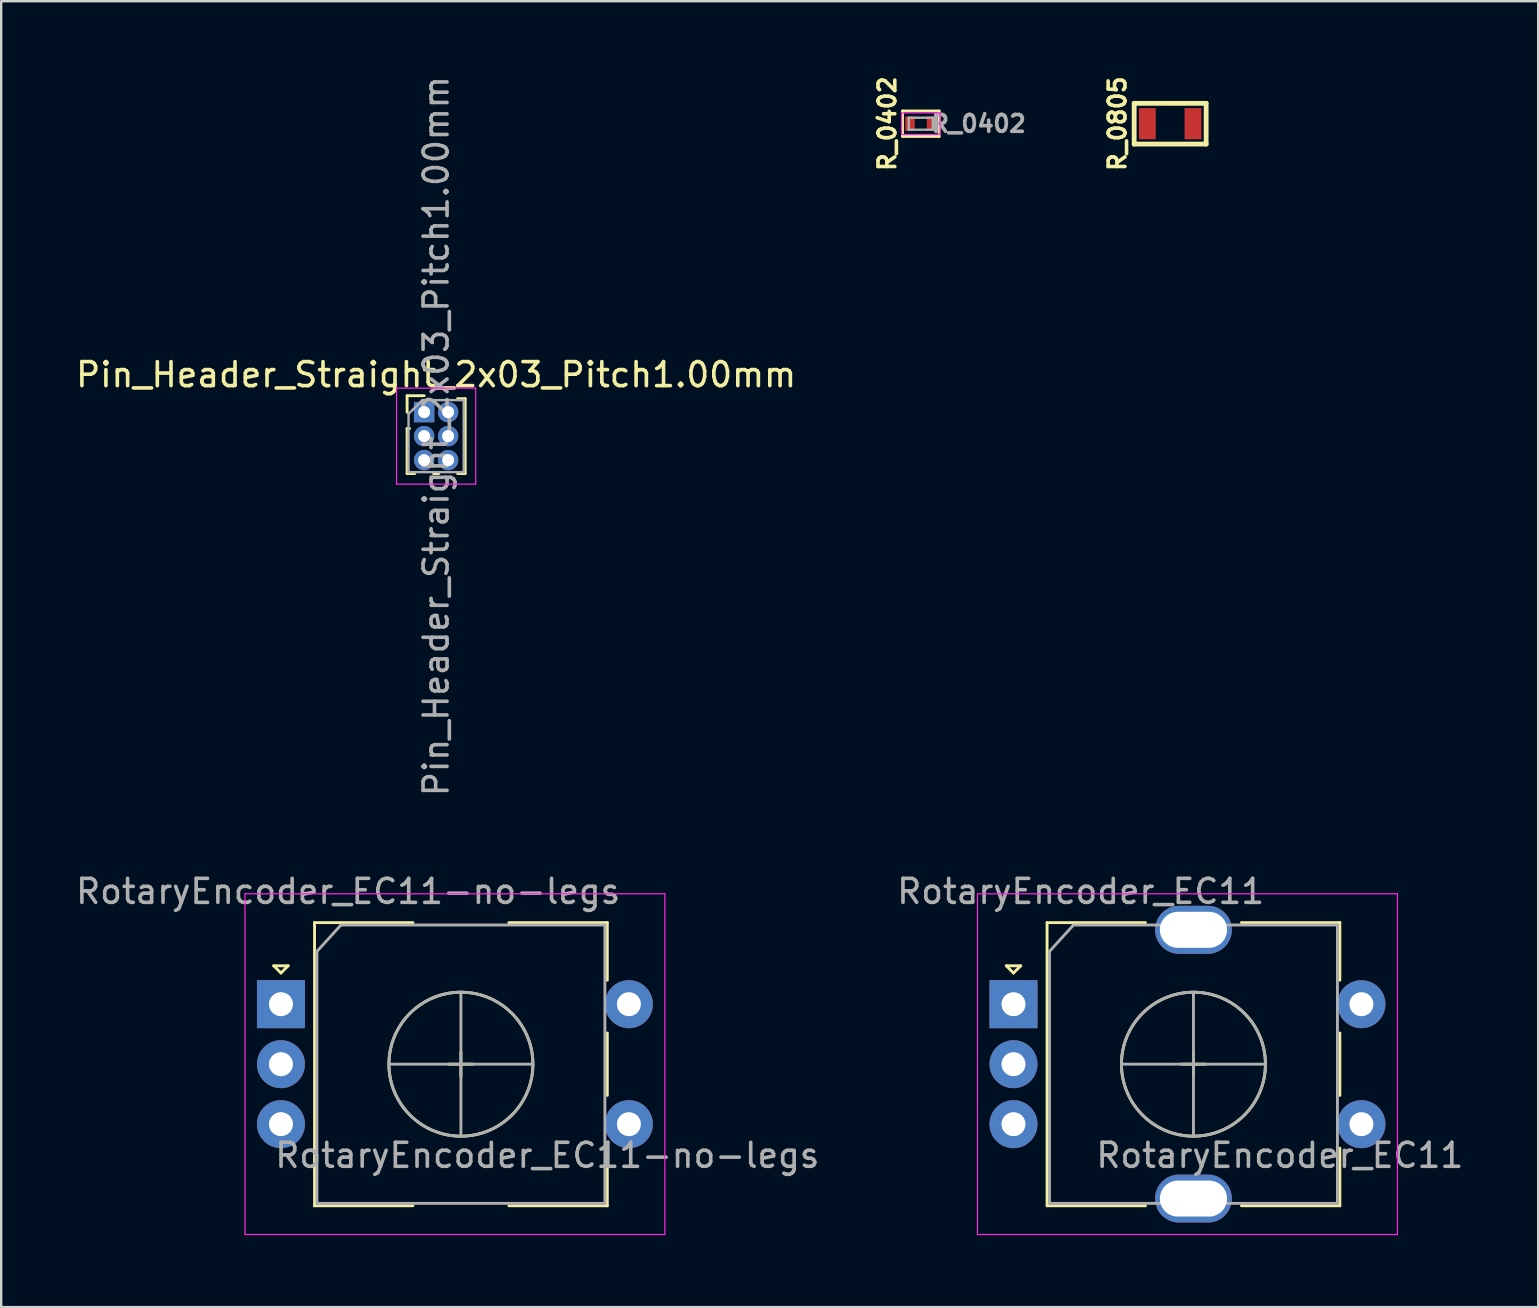
<source format=kicad_pcb>
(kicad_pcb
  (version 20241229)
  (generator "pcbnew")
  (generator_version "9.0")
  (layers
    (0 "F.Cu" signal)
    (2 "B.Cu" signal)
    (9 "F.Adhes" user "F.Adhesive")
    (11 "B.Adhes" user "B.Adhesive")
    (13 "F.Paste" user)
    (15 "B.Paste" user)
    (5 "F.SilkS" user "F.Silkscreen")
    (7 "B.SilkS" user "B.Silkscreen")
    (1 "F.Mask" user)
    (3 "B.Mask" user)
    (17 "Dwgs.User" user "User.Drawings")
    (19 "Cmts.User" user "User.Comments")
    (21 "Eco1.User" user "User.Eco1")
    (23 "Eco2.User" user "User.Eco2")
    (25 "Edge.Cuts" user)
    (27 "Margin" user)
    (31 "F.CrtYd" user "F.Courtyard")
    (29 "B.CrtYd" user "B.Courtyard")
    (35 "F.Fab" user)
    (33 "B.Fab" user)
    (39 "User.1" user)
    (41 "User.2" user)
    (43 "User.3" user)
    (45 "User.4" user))
  (footprint "RotaryEncoder_EC11-no-legs"
    (layer "F.Cu")
    (at 16.158 41.298)
    (property "Reference" "RotaryEncoder_EC11-no-legs" (at -4.7 -7.2 0) (layer "F.Fab") (effects (font (size 1 1) (thickness 0.15))))
    (attr through_hole)
    (fp_line (start -7.8 -4.1) (end -7.2 -4.1) (stroke (width 0.12) (type solid)) (layer "F.SilkS"))
    (fp_line (start -7.5 -3.8) (end -7.8 -4.1) (stroke (width 0.12) (type solid)) (layer "F.SilkS"))
    (fp_line (start -7.2 -4.1) (end -7.5 -3.8) (stroke (width 0.12) (type solid)) (layer "F.SilkS"))
    (fp_line (start -6.1 -5.9) (end -6.1 5.9) (stroke (width 0.12) (type solid)) (layer "F.SilkS"))
    (fp_line (start -2 -5.9) (end -6.1 -5.9) (stroke (width 0.12) (type solid)) (layer "F.SilkS"))
    (fp_line (start -2 5.9) (end -6.1 5.9) (stroke (width 0.12) (type solid)) (layer "F.SilkS"))
    (fp_line (start -0.5 0) (end 0.5 0) (stroke (width 0.12) (type solid)) (layer "F.SilkS"))
    (fp_line (start 0 -0.5) (end 0 0.5) (stroke (width 0.12) (type solid)) (layer "F.SilkS"))
    (fp_line (start 2 -5.9) (end 6.1 -5.9) (stroke (width 0.12) (type solid)) (layer "F.SilkS"))
    (fp_line (start 6.1 -5.9) (end 6.1 -3.5) (stroke (width 0.12) (type solid)) (layer "F.SilkS"))
    (fp_line (start 6.1 -1.3) (end 6.1 1.3) (stroke (width 0.12) (type solid)) (layer "F.SilkS"))
    (fp_line (start 6.1 3.5) (end 6.1 5.9) (stroke (width 0.12) (type solid)) (layer "F.SilkS"))
    (fp_line (start 6.1 5.9) (end 2 5.9) (stroke (width 0.12) (type solid)) (layer "F.SilkS"))
    (fp_circle (center 0 0) (end 3 0) (stroke (width 0.12) (type solid)) (fill no) (layer "F.SilkS"))
    (fp_line (start -9 -7.1) (end -9 7.1) (stroke (width 0.05) (type solid)) (layer "F.CrtYd"))
    (fp_line (start -9 -7.1) (end 8.5 -7.1) (stroke (width 0.05) (type solid)) (layer "F.CrtYd"))
    (fp_line (start 8.5 7.1) (end -9 7.1) (stroke (width 0.05) (type solid)) (layer "F.CrtYd"))
    (fp_line (start 8.5 7.1) (end 8.5 -7.1) (stroke (width 0.05) (type solid)) (layer "F.CrtYd"))
    (fp_line (start -6 -4.7) (end -5 -5.8) (stroke (width 0.12) (type solid)) (layer "F.Fab"))
    (fp_line (start -6 5.8) (end -6 -4.7) (stroke (width 0.12) (type solid)) (layer "F.Fab"))
    (fp_line (start -5 -5.8) (end 6 -5.8) (stroke (width 0.12) (type solid)) (layer "F.Fab"))
    (fp_line (start -3 0) (end 3 0) (stroke (width 0.12) (type solid)) (layer "F.Fab"))
    (fp_line (start 0 -3) (end 0 3) (stroke (width 0.12) (type solid)) (layer "F.Fab"))
    (fp_line (start 6 -5.8) (end 6 5.8) (stroke (width 0.12) (type solid)) (layer "F.Fab"))
    (fp_line (start 6 5.8) (end -6 5.8) (stroke (width 0.12) (type solid)) (layer "F.Fab"))
    (fp_circle (center 0 0) (end 3 0) (stroke (width 0.12) (type solid)) (fill no) (layer "F.Fab"))
    (fp_text user "${REFERENCE}" (at 3.6 3.8 0) (layer "F.Fab") (effects (font (size 1 1) (thickness 0.15))))
    (pad "A" thru_hole rect (at -7.5 -2.5) (size 2 2) (drill 1) (layers "*.Cu" "*.Mask"))
    (pad "B" thru_hole circle (at -7.5 2.5) (size 2 2) (drill 1) (layers "*.Cu" "*.Mask"))
    (pad "C" thru_hole circle (at -7.5 0) (size 2 2) (drill 1) (layers "*.Cu" "*.Mask"))
    (pad "S1" thru_hole circle (at 7 2.5) (size 2 2) (drill 1) (layers "*.Cu" "*.Mask"))
    (pad "S2" thru_hole circle (at 7 -2.5) (size 2 2) (drill 1) (layers "*.Cu" "*.Mask")))
  (footprint "Pin_Header_Straight_2x03_Pitch1.00mm"
    (layer "F.Cu")
    (at 14.625 14.125)
    (property "Reference" "Pin_Header_Straight_2x03_Pitch1.00mm" (at 0.5 -1.56 0) (layer "F.SilkS") (effects (font (size 1 1) (thickness 0.15))))
    (attr through_hole)
    (fp_line (start -0.71 -0.685) (end 0 -0.685) (stroke (width 0.12) (type solid)) (layer "F.SilkS"))
    (fp_line (start -0.71 0) (end -0.71 -0.685) (stroke (width 0.12) (type solid)) (layer "F.SilkS"))
    (fp_line (start -0.71 0.685) (end -0.71 2.56) (stroke (width 0.12) (type solid)) (layer "F.SilkS"))
    (fp_line (start -0.71 0.685) (end -0.608 0.685) (stroke (width 0.12) (type solid)) (layer "F.SilkS"))
    (fp_line (start -0.71 2.56) (end -0.394 2.56) (stroke (width 0.12) (type solid)) (layer "F.SilkS"))
    (fp_line (start 0.394 2.56) (end 0.606 2.56) (stroke (width 0.12) (type solid)) (layer "F.SilkS"))
    (fp_line (start 1.394 -0.56) (end 1.71 -0.56) (stroke (width 0.12) (type solid)) (layer "F.SilkS"))
    (fp_line (start 1.394 2.56) (end 1.71 2.56) (stroke (width 0.12) (type solid)) (layer "F.SilkS"))
    (fp_line (start 1.71 -0.56) (end 1.71 2.56) (stroke (width 0.12) (type solid)) (layer "F.SilkS"))
    (fp_line (start -1.15 -1) (end -1.15 3) (stroke (width 0.05) (type solid)) (layer "F.CrtYd"))
    (fp_line (start -1.15 3) (end 2.15 3) (stroke (width 0.05) (type solid)) (layer "F.CrtYd"))
    (fp_line (start 2.15 -1) (end -1.15 -1) (stroke (width 0.05) (type solid)) (layer "F.CrtYd"))
    (fp_line (start 2.15 3) (end 2.15 -1) (stroke (width 0.05) (type solid)) (layer "F.CrtYd"))
    (fp_line (start -0.65 0.075) (end -0.075 -0.5) (stroke (width 0.1) (type solid)) (layer "F.Fab"))
    (fp_line (start -0.65 2.5) (end -0.65 0.075) (stroke (width 0.1) (type solid)) (layer "F.Fab"))
    (fp_line (start -0.075 -0.5) (end 1.65 -0.5) (stroke (width 0.1) (type solid)) (layer "F.Fab"))
    (fp_line (start 1.65 -0.5) (end 1.65 2.5) (stroke (width 0.1) (type solid)) (layer "F.Fab"))
    (fp_line (start 1.65 2.5) (end -0.65 2.5) (stroke (width 0.1) (type solid)) (layer "F.Fab"))
    (fp_text user "${REFERENCE}" (at 0.5 1 90) (layer "F.Fab") (effects (font (size 1 1) (thickness 0.15))))
    (pad "1" thru_hole rect (at 0 0) (size 0.85 0.85) (drill 0.5) (layers "*.Cu" "*.Mask"))
    (pad "2" thru_hole oval (at 1 0) (size 0.85 0.85) (drill 0.5) (layers "*.Cu" "*.Mask"))
    (pad "3" thru_hole oval (at 0 1) (size 0.85 0.85) (drill 0.5) (layers "*.Cu" "*.Mask"))
    (pad "4" thru_hole oval (at 1 1) (size 0.85 0.85) (drill 0.5) (layers "*.Cu" "*.Mask"))
    (pad "5" thru_hole oval (at 0 2) (size 0.85 0.85) (drill 0.5) (layers "*.Cu" "*.Mask"))
    (pad "6" thru_hole oval (at 1 2) (size 0.85 0.85) (drill 0.5) (layers "*.Cu" "*.Mask")))
  (footprint "R_0805"
    (layer "F.Cu")
    (at 45.714 2.105)
    (property "Reference" "R_0805" (at -2.2 0 90) (layer "F.SilkS") (effects (font (size 0.7 0.7) (thickness 0.15))))
    (attr smd)
    (fp_line (start -1.5 -0.85) (end -1.5 0.85) (stroke (width 0.2) (type solid)) (layer "F.SilkS"))
    (fp_line (start -1.5 -0.85) (end 1.5 -0.85) (stroke (width 0.2) (type solid)) (layer "F.SilkS"))
    (fp_line (start -1.5 0.85) (end 1.5 0.85) (stroke (width 0.2) (type solid)) (layer "F.SilkS"))
    (fp_line (start 1.5 -0.85) (end 1.5 0.85) (stroke (width 0.2) (type solid)) (layer "F.SilkS"))
    (pad "1" smd rect (at -0.95 0) (size 0.7 1.3) (layers "F.Cu" "F.Mask" "F.Paste"))
    (pad "2" smd rect (at 0.95 0) (size 0.7 1.3) (layers "F.Cu" "F.Mask" "F.Paste")))
  (footprint "RotaryEncoder_EC11"
    (layer "F.Cu")
    (at 46.685 41.298)
    (property "Reference" "RotaryEncoder_EC11" (at -4.7 -7.2 0) (layer "F.Fab") (effects (font (size 1 1) (thickness 0.15))))
    (attr through_hole)
    (fp_line (start -7.8 -4.1) (end -7.2 -4.1) (stroke (width 0.12) (type solid)) (layer "F.SilkS"))
    (fp_line (start -7.5 -3.8) (end -7.8 -4.1) (stroke (width 0.12) (type solid)) (layer "F.SilkS"))
    (fp_line (start -7.2 -4.1) (end -7.5 -3.8) (stroke (width 0.12) (type solid)) (layer "F.SilkS"))
    (fp_line (start -6.1 -5.9) (end -6.1 5.9) (stroke (width 0.12) (type solid)) (layer "F.SilkS"))
    (fp_line (start -2 -5.9) (end -6.1 -5.9) (stroke (width 0.12) (type solid)) (layer "F.SilkS"))
    (fp_line (start -2 5.9) (end -6.1 5.9) (stroke (width 0.12) (type solid)) (layer "F.SilkS"))
    (fp_line (start -0.5 0) (end 0.5 0) (stroke (width 0.12) (type solid)) (layer "F.SilkS"))
    (fp_line (start 0 -0.5) (end 0 0.5) (stroke (width 0.12) (type solid)) (layer "F.SilkS"))
    (fp_line (start 2 -5.9) (end 6.1 -5.9) (stroke (width 0.12) (type solid)) (layer "F.SilkS"))
    (fp_line (start 6.1 -5.9) (end 6.1 -3.5) (stroke (width 0.12) (type solid)) (layer "F.SilkS"))
    (fp_line (start 6.1 -1.3) (end 6.1 1.3) (stroke (width 0.12) (type solid)) (layer "F.SilkS"))
    (fp_line (start 6.1 3.5) (end 6.1 5.9) (stroke (width 0.12) (type solid)) (layer "F.SilkS"))
    (fp_line (start 6.1 5.9) (end 2 5.9) (stroke (width 0.12) (type solid)) (layer "F.SilkS"))
    (fp_circle (center 0 0) (end 3 0) (stroke (width 0.12) (type solid)) (fill no) (layer "F.SilkS"))
    (fp_line (start -9 -7.1) (end -9 7.1) (stroke (width 0.05) (type solid)) (layer "F.CrtYd"))
    (fp_line (start -9 -7.1) (end 8.5 -7.1) (stroke (width 0.05) (type solid)) (layer "F.CrtYd"))
    (fp_line (start 8.5 7.1) (end -9 7.1) (stroke (width 0.05) (type solid)) (layer "F.CrtYd"))
    (fp_line (start 8.5 7.1) (end 8.5 -7.1) (stroke (width 0.05) (type solid)) (layer "F.CrtYd"))
    (fp_line (start -6 -4.7) (end -5 -5.8) (stroke (width 0.12) (type solid)) (layer "F.Fab"))
    (fp_line (start -6 5.8) (end -6 -4.7) (stroke (width 0.12) (type solid)) (layer "F.Fab"))
    (fp_line (start -5 -5.8) (end 6 -5.8) (stroke (width 0.12) (type solid)) (layer "F.Fab"))
    (fp_line (start -3 0) (end 3 0) (stroke (width 0.12) (type solid)) (layer "F.Fab"))
    (fp_line (start 0 -3) (end 0 3) (stroke (width 0.12) (type solid)) (layer "F.Fab"))
    (fp_line (start 6 -5.8) (end 6 5.8) (stroke (width 0.12) (type solid)) (layer "F.Fab"))
    (fp_line (start 6 5.8) (end -6 5.8) (stroke (width 0.12) (type solid)) (layer "F.Fab"))
    (fp_circle (center 0 0) (end 3 0) (stroke (width 0.12) (type solid)) (fill no) (layer "F.Fab"))
    (fp_text user "${REFERENCE}" (at 3.6 3.8 0) (layer "F.Fab") (effects (font (size 1 1) (thickness 0.15))))
    (pad "" np_thru_hole oval (at 0 -5.6) (size 3.2 2) (drill oval 2.8 1.5) (layers "*.Cu" "*.Mask"))
    (pad "" np_thru_hole oval (at 0 5.6) (size 3.2 2) (drill oval 2.8 1.5) (layers "*.Cu" "*.Mask"))
    (pad "A" thru_hole rect (at -7.5 -2.5) (size 2 2) (drill 1) (layers "*.Cu" "*.Mask"))
    (pad "B" thru_hole circle (at -7.5 2.5) (size 2 2) (drill 1) (layers "*.Cu" "*.Mask"))
    (pad "C" thru_hole circle (at -7.5 0) (size 2 2) (drill 1) (layers "*.Cu" "*.Mask"))
    (pad "S1" thru_hole circle (at 7 2.5) (size 2 2) (drill 1) (layers "*.Cu" "*.Mask"))
    (pad "S2" thru_hole circle (at 7 -2.5) (size 2 2) (drill 1) (layers "*.Cu" "*.Mask")))
  (footprint "R_0402"
    (layer "F.Cu")
    (at 35.323 2.105)
    (property "Reference" "R_0402" (at -1.4 0 90) (layer "F.SilkS") (effects (font (size 0.7 0.7) (thickness 0.15))))
    (attr smd)
    (fp_line (start -0.762 -0.53) (end -0.762 0.53) (stroke (width 0.12) (type solid)) (layer "F.SilkS"))
    (fp_line (start -0.762 0.53) (end 0.762 0.53) (stroke (width 0.12) (type solid)) (layer "F.SilkS"))
    (fp_line (start 0.762 -0.53) (end -0.762 -0.53) (stroke (width 0.12) (type solid)) (layer "F.SilkS"))
    (fp_line (start 0.762 -0.53) (end 0.762 0.53) (stroke (width 0.12) (type solid)) (layer "F.SilkS"))
    (fp_line (start -0.8 -0.45) (end -0.8 0.45) (stroke (width 0.05) (type solid)) (layer "F.CrtYd"))
    (fp_line (start -0.8 -0.45) (end 0.8 -0.45) (stroke (width 0.05) (type solid)) (layer "F.CrtYd"))
    (fp_line (start 0.8 0.45) (end -0.8 0.45) (stroke (width 0.05) (type solid)) (layer "F.CrtYd"))
    (fp_line (start 0.8 0.45) (end 0.8 -0.45) (stroke (width 0.05) (type solid)) (layer "F.CrtYd"))
    (fp_line (start -0.5 -0.25) (end 0.5 -0.25) (stroke (width 0.1) (type solid)) (layer "F.Fab"))
    (fp_line (start -0.5 0.25) (end -0.5 -0.25) (stroke (width 0.1) (type solid)) (layer "F.Fab"))
    (fp_line (start 0.5 -0.25) (end 0.5 0.25) (stroke (width 0.1) (type solid)) (layer "F.Fab"))
    (fp_line (start 0.5 0.25) (end -0.5 0.25) (stroke (width 0.1) (type solid)) (layer "F.Fab"))
    (fp_text user "${REFERENCE}" (at 2.413 0 0) (layer "F.Fab") (effects (font (size 0.7 0.7) (thickness 0.15))))
    (pad "1" smd rect (at -0.45 0) (size 0.4 0.6) (layers "F.Cu" "F.Mask" "F.Paste"))
    (pad "2" smd rect (at 0.45 0) (size 0.4 0.6) (layers "F.Cu" "F.Mask" "F.Paste")))
  (gr_rect
    (start -3 -3)
    (end 61.052 51.423)
    (stroke (width 0.1) (type default))
    (fill no)
    (layer "Edge.Cuts")))
</source>
